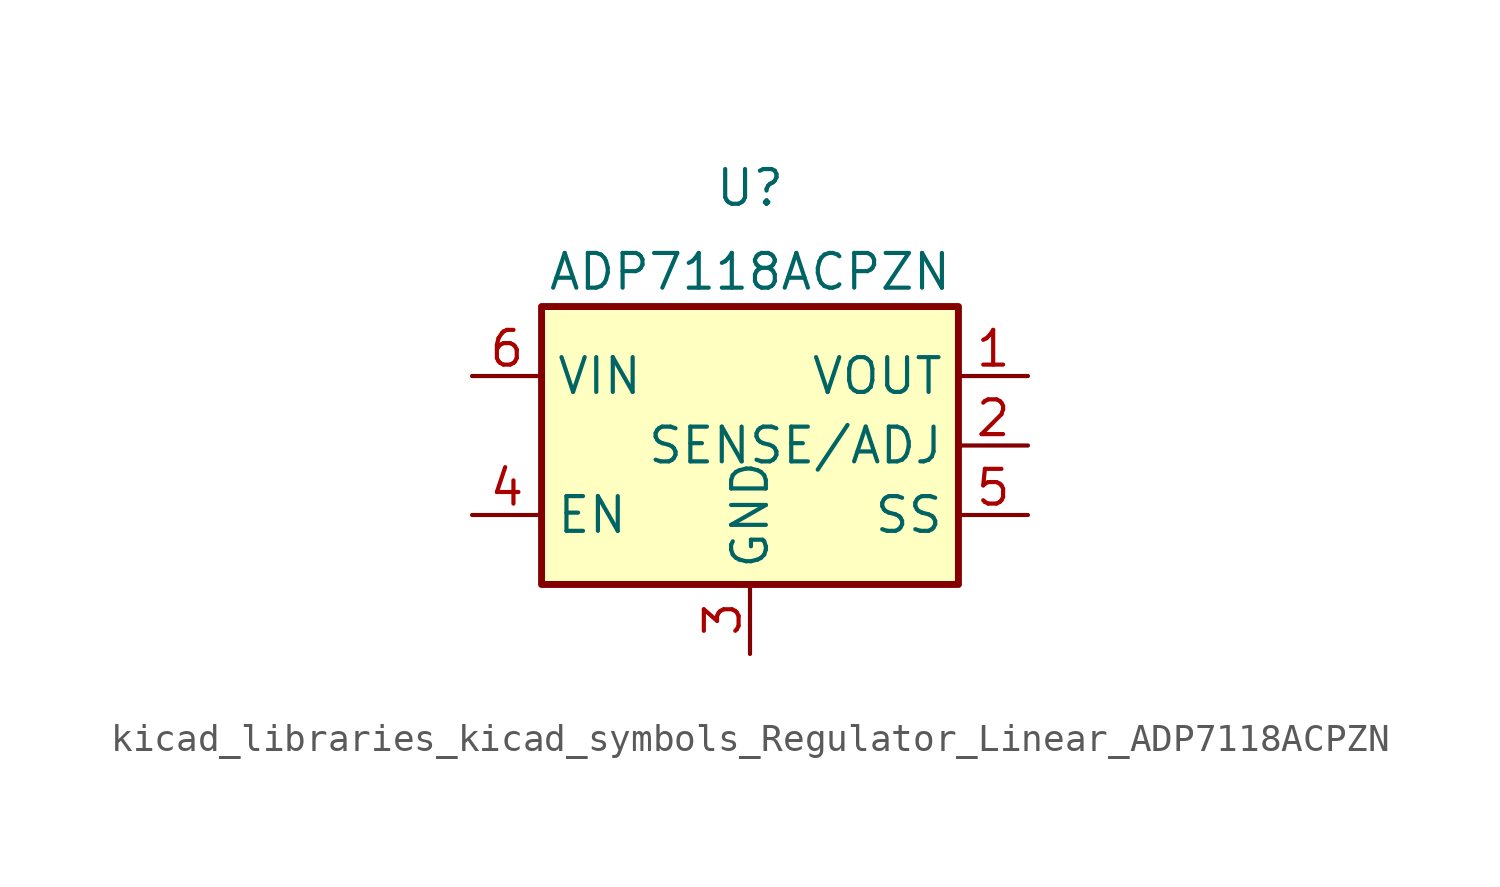
<source format=kicad_sym>
(kicad_symbol_lib
  (version 20220914)
  (generator kicad_symbol_editor)
  (symbol "kicad_libraries_kicad_symbols_Regulator_Linear_ADP7118ACPZN"
    (property "Reference" "U"
      (at 0 10.16 0)
      (effects (font (size 1.27 1.27)) (justify top)))
    (property "Value" "ADP7118ACPZN"
      (at 0 6.35 0)
      (effects (font (size 1.27 1.27))))
    (symbol "kicad_libraries_kicad_symbols_Regulator_Linear_ADP7118ACPZN_0_1"
      (rectangle (start -7.62 5.08) (end 7.62 -5.08) (stroke (width 0.254) (type default)) (fill (type background))))
    (symbol "kicad_libraries_kicad_symbols_Regulator_Linear_ADP7118ACPZN_1_1"
      (pin power_out line (at 10.16 2.54 180) (length 2.54) (name "VOUT" (effects (font (size 1.27 1.27)))) (number "1" (effects (font (size 1.27 1.27)))))
      (pin input line (at 10.16 0 180) (length 2.54) (name "SENSE/ADJ" (effects (font (size 1.27 1.27)))) (number "2" (effects (font (size 1.27 1.27)))))
      (pin power_in line (at 0 -7.62 90) (length 2.54) (name "GND" (effects (font (size 1.27 1.27)))) (number "3" (effects (font (size 1.27 1.27)))))
      (pin input line (at -10.16 -2.54 0) (length 2.54) (name "EN" (effects (font (size 1.27 1.27)))) (number "4" (effects (font (size 1.27 1.27)))))
      (pin passive line (at 10.16 -2.54 180) (length 2.54) (name "SS" (effects (font (size 1.27 1.27)))) (number "5" (effects (font (size 1.27 1.27)))))
      (pin power_in line (at -10.16 2.54 0) (length 2.54) (name "VIN" (effects (font (size 1.27 1.27)))) (number "6" (effects (font (size 1.27 1.27)))))
      (pin passive line (at 0 -7.62 90) (length 2.54) hide (name "GND" (effects (font (size 1.27 1.27)))) (number "7" (effects (font (size 1.27 1.27))))))))
</source>
